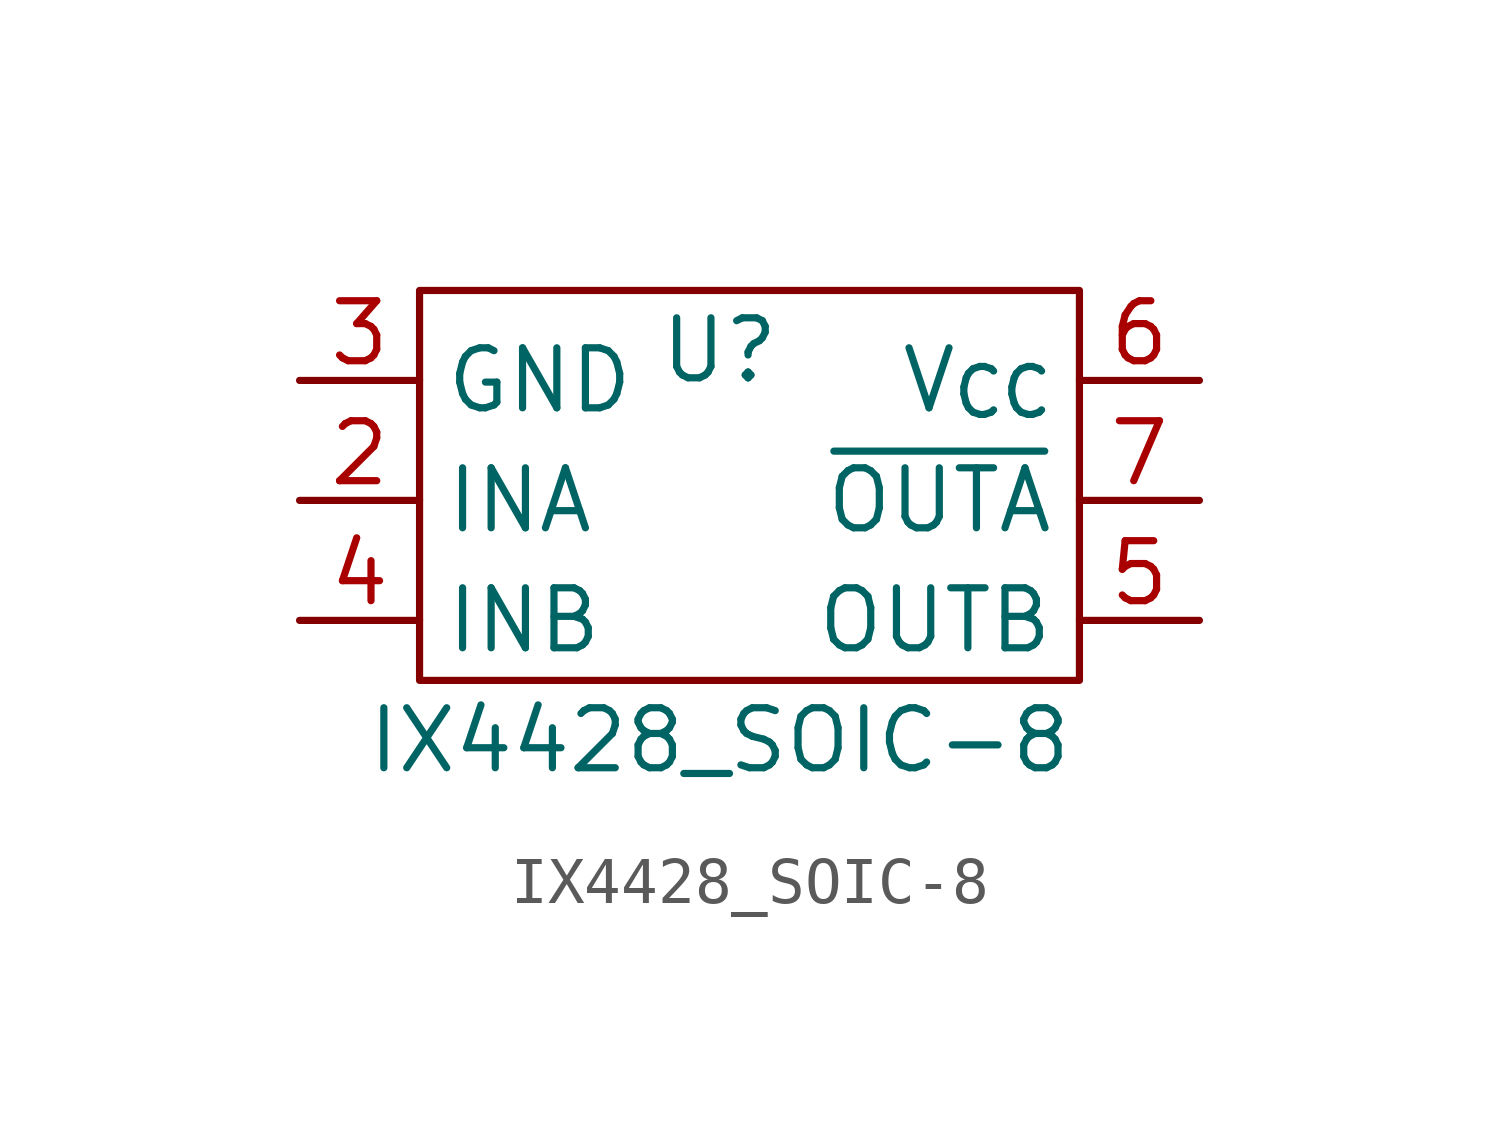
<source format=kicad_sym>
(kicad_symbol_lib
  (version 20220914)
  (generator kicad_symbol_editor)
  (symbol "IX4428_SOIC-8"
    (property "Reference" "U"
      (at -1.27 3.175 0)
      (effects (font (size 1.27 1.27))))
    (property "Value" "IX4428_SOIC-8"
      (at -1.27 -5.08 0)
      (effects (font (size 1.27 1.27))))
    (symbol "IX4428_SOIC-8_0_1"
      (rectangle (start -7.62 4.445) (end 6.35 -3.81) (stroke (width 0) (type default)) (fill (type none))))
    (symbol "IX4428_SOIC-8_1_1"
      (pin input line (at -10.16 5.08 0) (length 2.54) hide (name "NC" (effects (font (size 1.27 1.27)))) (number "1" (effects (font (size 1.27 1.27)))))
      (pin input line (at -10.16 0 0) (length 2.54) (name "INA" (effects (font (size 1.27 1.27)))) (number "2" (effects (font (size 1.27 1.27)))))
      (pin input line (at -10.16 2.54 0) (length 2.54) (name "GND" (effects (font (size 1.27 1.27)))) (number "3" (effects (font (size 1.27 1.27)))))
      (pin input line (at -10.16 -2.54 0) (length 2.54) (name "INB" (effects (font (size 1.27 1.27)))) (number "4" (effects (font (size 1.27 1.27)))))
      (pin input line (at 8.89 -2.54 180) (length 2.54) (name "OUTB" (effects (font (size 1.27 1.27)))) (number "5" (effects (font (size 1.27 1.27)))))
      (pin input line (at 8.89 2.54 180) (length 2.54) (name "V_{CC}" (effects (font (size 1.27 1.27)))) (number "6" (effects (font (size 1.27 1.27)))))
      (pin input line (at 8.89 0 180) (length 2.54) (name "~{OUTA}" (effects (font (size 1.27 1.27)))) (number "7" (effects (font (size 1.27 1.27)))))
      (pin input line (at 8.89 5.08 180) (length 2.54) hide (name "NC" (effects (font (size 1.27 1.27)))) (number "8" (effects (font (size 1.27 1.27))))))))
</source>
